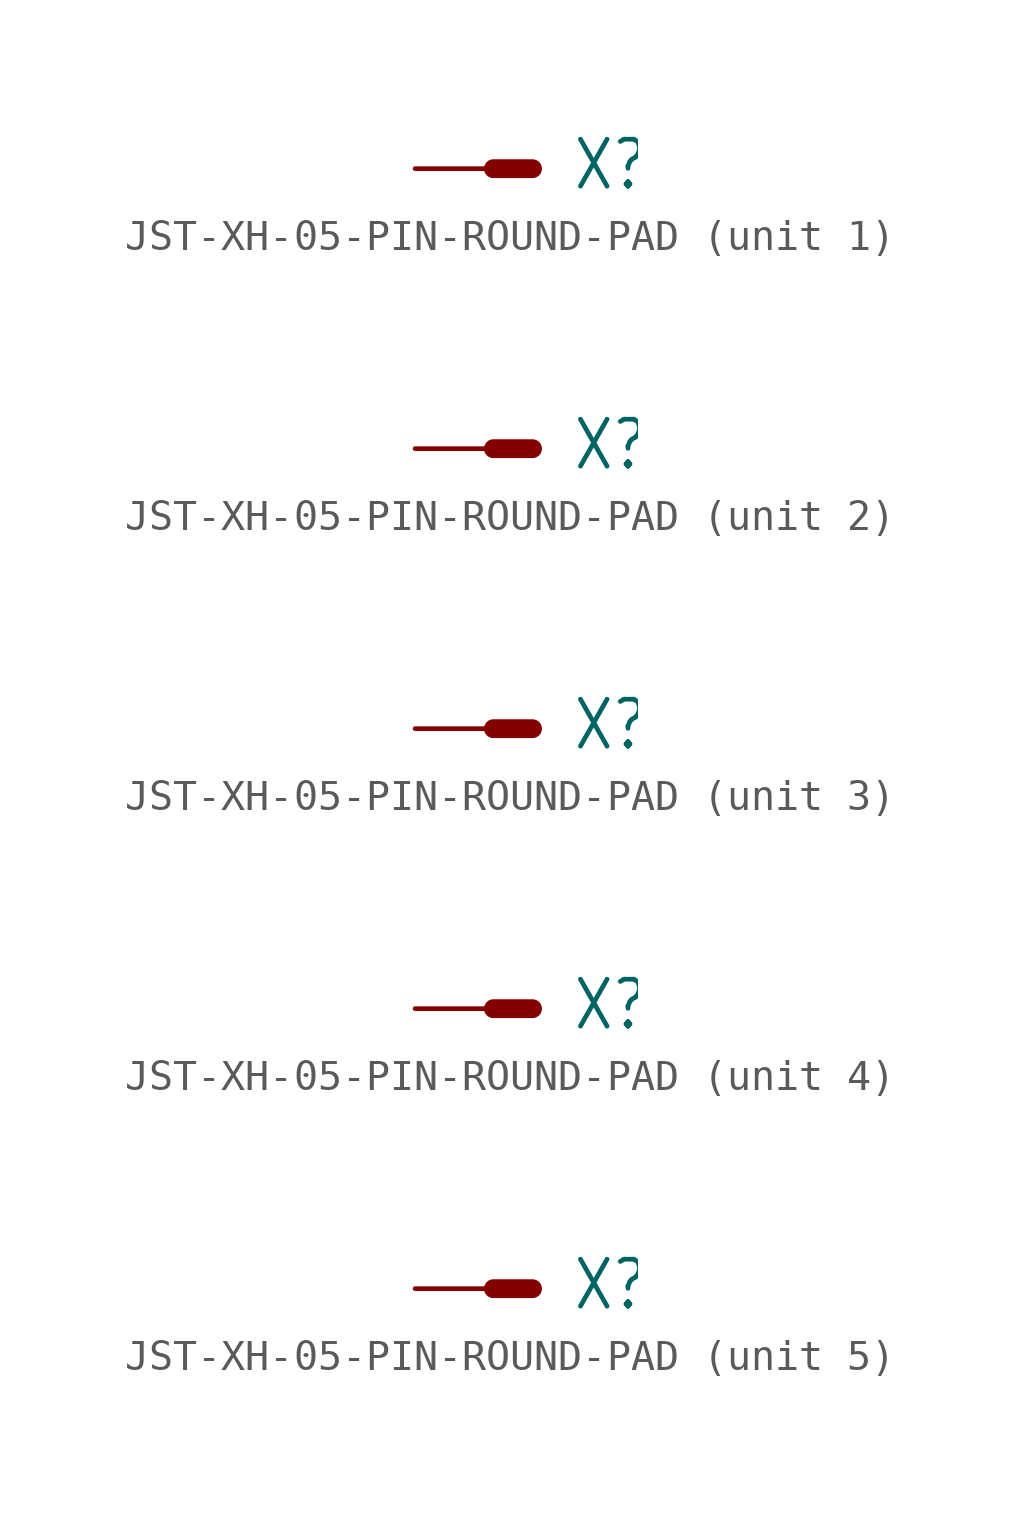
<source format=kicad_sym>
(kicad_symbol_lib
  (version 20220914)
  (generator kicad_symbol_editor)
  (symbol "JST-XH-05-PIN-ROUND-PAD"
    (property "Reference" "X"
      (at 2.54 -0.762 0)
      (effects (font (size 1.524 1.295)) (justify left bottom)))
    (property "ki_locked" ""
      (at 0 0 0)
      (effects (font (size 1.27 1.27))))
    (symbol "JST-XH-05-PIN-ROUND-PAD_1_0"
      (polyline (pts (xy 1.27 0) (xy 0 0)) (stroke (width 0.61) (type solid)) (fill (type none)))
      (pin passive line (at -2.54 0 0) (length 2.54) (name "S" (effects (font (size 0 0)))) (number "1" (effects (font (size 0 0))))))
    (symbol "JST-XH-05-PIN-ROUND-PAD_2_0"
      (polyline (pts (xy 1.27 0) (xy 0 0)) (stroke (width 0.61) (type solid)) (fill (type none)))
      (pin passive line (at -2.54 0 0) (length 2.54) (name "S" (effects (font (size 0 0)))) (number "2" (effects (font (size 0 0))))))
    (symbol "JST-XH-05-PIN-ROUND-PAD_3_0"
      (polyline (pts (xy 1.27 0) (xy 0 0)) (stroke (width 0.61) (type solid)) (fill (type none)))
      (pin passive line (at -2.54 0 0) (length 2.54) (name "S" (effects (font (size 0 0)))) (number "3" (effects (font (size 0 0))))))
    (symbol "JST-XH-05-PIN-ROUND-PAD_4_0"
      (polyline (pts (xy 1.27 0) (xy 0 0)) (stroke (width 0.61) (type solid)) (fill (type none)))
      (pin passive line (at -2.54 0 0) (length 2.54) (name "S" (effects (font (size 0 0)))) (number "4" (effects (font (size 0 0))))))
    (symbol "JST-XH-05-PIN-ROUND-PAD_5_0"
      (polyline (pts (xy 1.27 0) (xy 0 0)) (stroke (width 0.61) (type solid)) (fill (type none)))
      (pin passive line (at -2.54 0 0) (length 2.54) (name "S" (effects (font (size 0 0)))) (number "5" (effects (font (size 0 0))))))))
</source>
